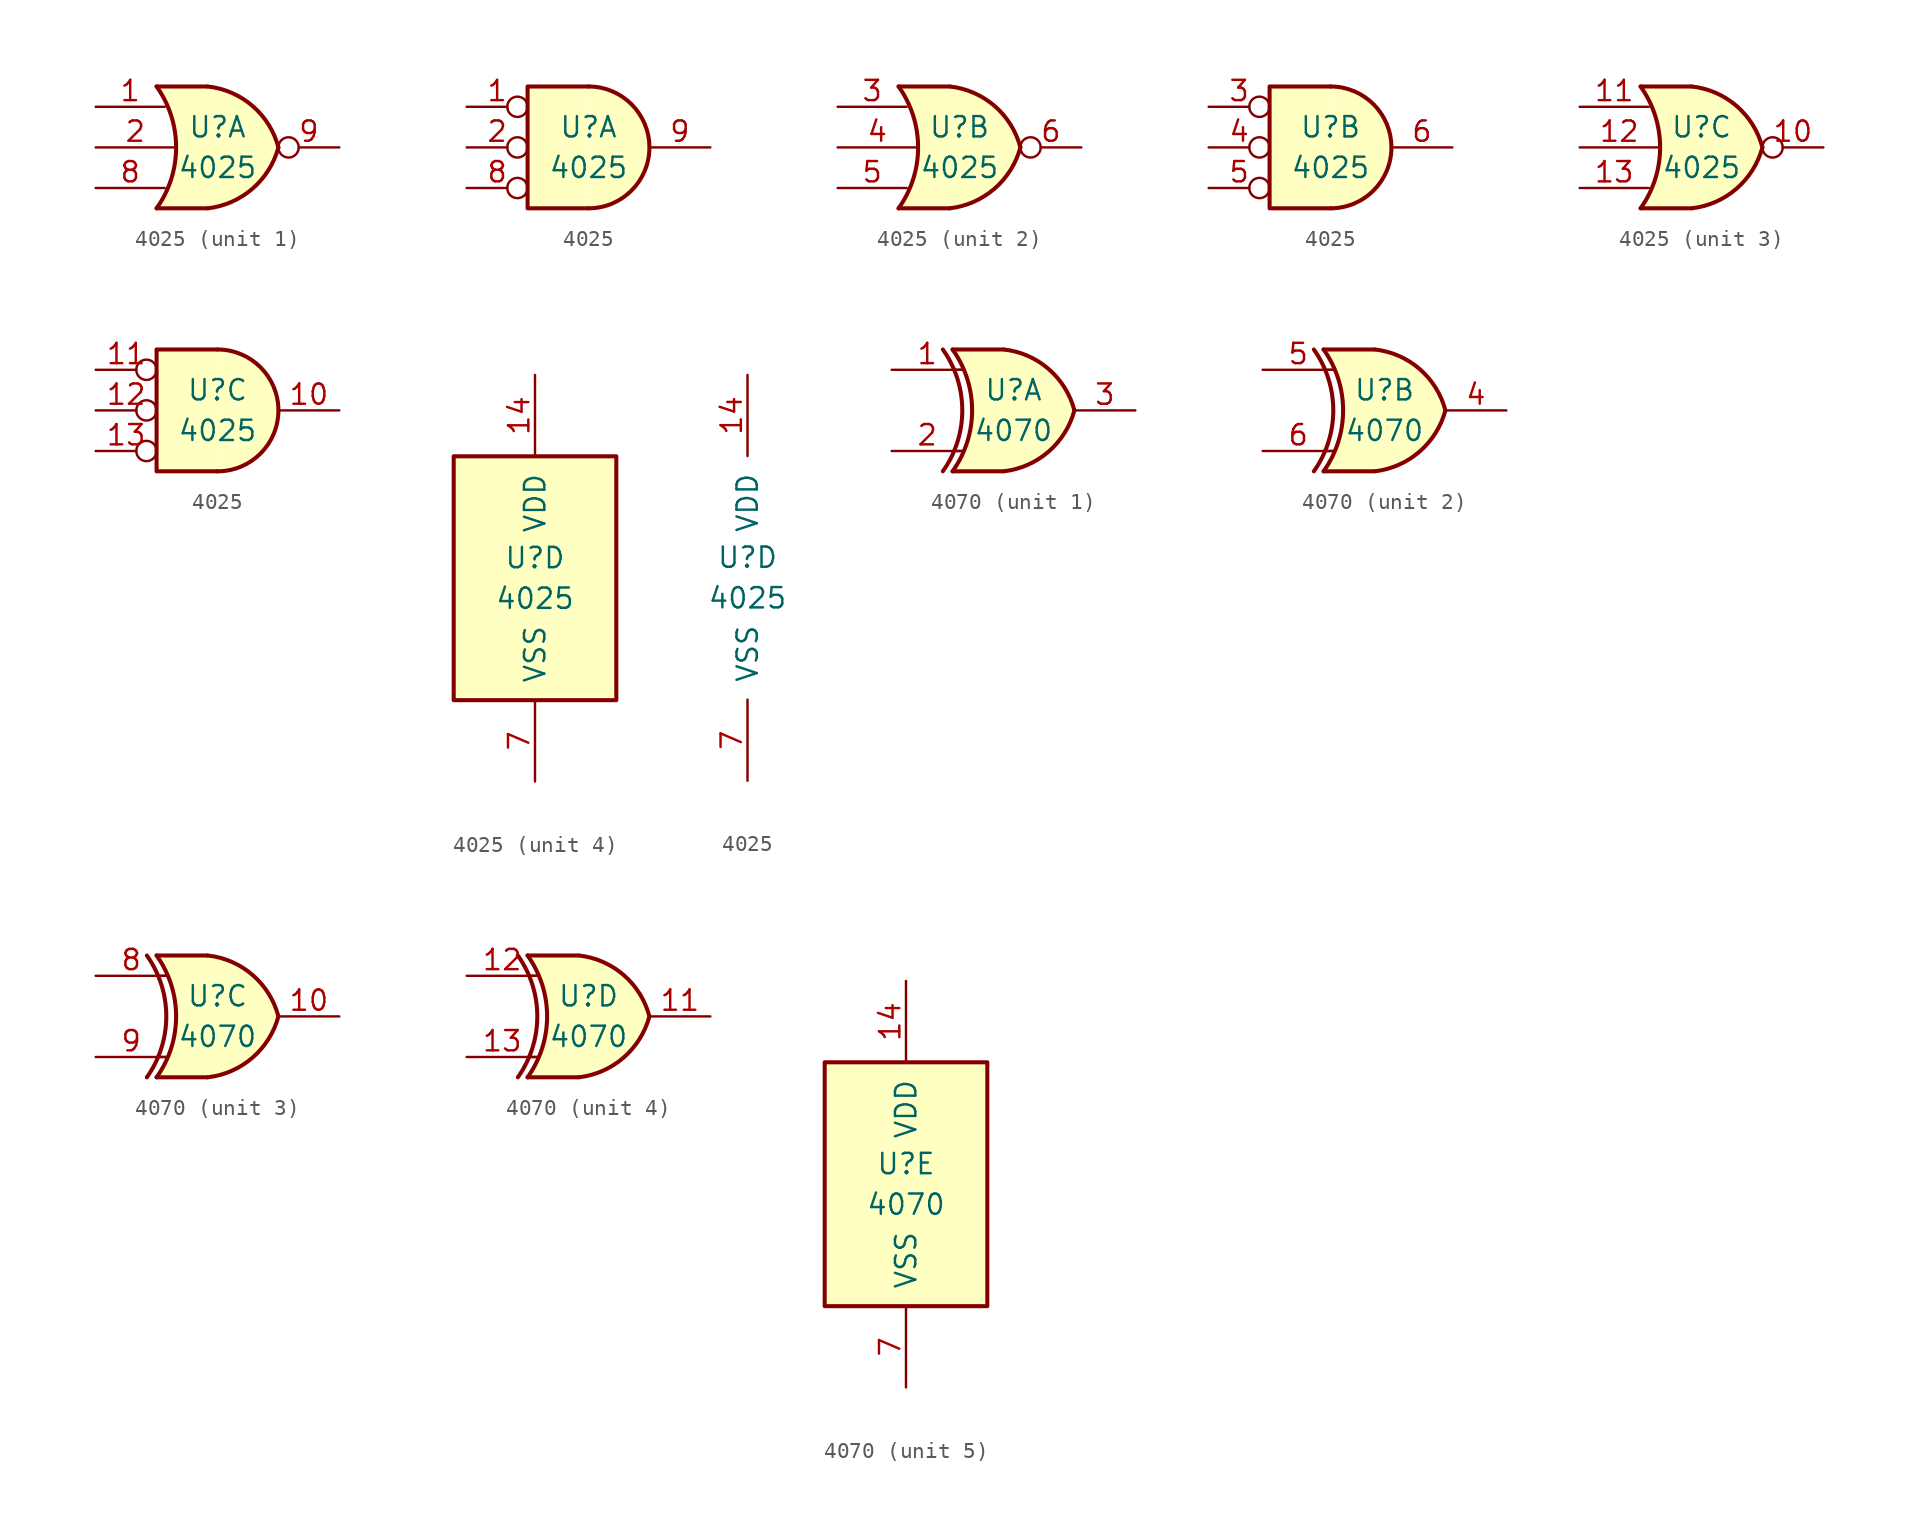
<source format=kicad_sym>
(kicad_symbol_lib
  (version 20211014)
  (generator kicad_symbol_editor)
  (symbol "4025"
    (pin_names
      (offset 1.016))
    (property "Reference" "U"
      (at 0 1.27 0)
      (effects (font (size 1.27 1.27))))
    (property "Value" "4025"
      (at 0 -1.27 0)
      (effects (font (size 1.27 1.27))))
    (property "ki_locked" ""
      (at 0 0 0)
      (effects (font (size 1.27 1.27))))
    (symbol "4025_1_1"
      (arc (start -3.81 -3.81) (mid -2.589 0) (end -3.81 3.81) (stroke (width 0.254) (type default) (color 0 0 0 0)) (fill (type none)))
      (arc (start -0.6096 -3.81) (mid 2.1855 -2.584) (end 3.81 0) (stroke (width 0.254) (type default) (color 0 0 0 0)) (fill (type background)))
      (polyline (pts (xy -3.81 -3.81) (xy -0.635 -3.81)) (stroke (width 0.254) (type default) (color 0 0 0 0)) (fill (type background)))
      (polyline (pts (xy -3.81 3.81) (xy -0.635 3.81)) (stroke (width 0.254) (type default) (color 0 0 0 0)) (fill (type background)))
      (polyline (pts (xy -0.635 3.81) (xy -3.81 3.81) (xy -3.81 3.81) (xy -3.556 3.404) (xy -3.023 2.261) (xy -2.692 1.041) (xy -2.616 -0.254) (xy -2.769 -1.499) (xy -3.175 -2.718) (xy -3.81 -3.81) (xy -3.81 -3.81) (xy -0.635 -3.81)) (stroke (width -25.4) (type default) (color 0 0 0 0)) (fill (type background)))
      (arc (start 3.81 0) (mid 2.1928 2.5925) (end -0.6096 3.81) (stroke (width 0.254) (type default) (color 0 0 0 0)) (fill (type background)))
      (pin input line (at -7.62 2.54 0) (length 4.318) (name "~" (effects (font (size 1.27 1.27)))) (number "1" (effects (font (size 1.27 1.27)))))
      (pin input line (at -7.62 0 0) (length 4.953) (name "~" (effects (font (size 1.27 1.27)))) (number "2" (effects (font (size 1.27 1.27)))))
      (pin input line (at -7.62 -2.54 0) (length 4.318) (name "~" (effects (font (size 1.27 1.27)))) (number "8" (effects (font (size 1.27 1.27)))))
      (pin output inverted (at 7.62 0 180) (length 3.81) (name "~" (effects (font (size 1.27 1.27)))) (number "9" (effects (font (size 1.27 1.27))))))
    (symbol "4025_1_2"
      (arc (start 0 -3.81) (mid 3.81 0) (end 0 3.81) (stroke (width 0.254) (type default) (color 0 0 0 0)) (fill (type background)))
      (polyline (pts (xy 0 3.81) (xy -3.81 3.81) (xy -3.81 -3.81) (xy 0 -3.81)) (stroke (width 0.254) (type default) (color 0 0 0 0)) (fill (type background)))
      (pin input inverted (at -7.62 2.54 0) (length 3.81) (name "~" (effects (font (size 1.27 1.27)))) (number "1" (effects (font (size 1.27 1.27)))))
      (pin input inverted (at -7.62 0 0) (length 3.81) (name "~" (effects (font (size 1.27 1.27)))) (number "2" (effects (font (size 1.27 1.27)))))
      (pin input inverted (at -7.62 -2.54 0) (length 3.81) (name "~" (effects (font (size 1.27 1.27)))) (number "8" (effects (font (size 1.27 1.27)))))
      (pin output line (at 7.62 0 180) (length 3.81) (name "~" (effects (font (size 1.27 1.27)))) (number "9" (effects (font (size 1.27 1.27))))))
    (symbol "4025_2_1"
      (arc (start -3.81 -3.81) (mid -2.589 0) (end -3.81 3.81) (stroke (width 0.254) (type default) (color 0 0 0 0)) (fill (type none)))
      (arc (start -0.6096 -3.81) (mid 2.1855 -2.584) (end 3.81 0) (stroke (width 0.254) (type default) (color 0 0 0 0)) (fill (type background)))
      (polyline (pts (xy -3.81 -3.81) (xy -0.635 -3.81)) (stroke (width 0.254) (type default) (color 0 0 0 0)) (fill (type background)))
      (polyline (pts (xy -3.81 3.81) (xy -0.635 3.81)) (stroke (width 0.254) (type default) (color 0 0 0 0)) (fill (type background)))
      (polyline (pts (xy -0.635 3.81) (xy -3.81 3.81) (xy -3.81 3.81) (xy -3.556 3.404) (xy -3.023 2.261) (xy -2.692 1.041) (xy -2.616 -0.254) (xy -2.769 -1.499) (xy -3.175 -2.718) (xy -3.81 -3.81) (xy -3.81 -3.81) (xy -0.635 -3.81)) (stroke (width -25.4) (type default) (color 0 0 0 0)) (fill (type background)))
      (arc (start 3.81 0) (mid 2.1928 2.5925) (end -0.6096 3.81) (stroke (width 0.254) (type default) (color 0 0 0 0)) (fill (type background)))
      (pin input line (at -7.62 2.54 0) (length 4.318) (name "~" (effects (font (size 1.27 1.27)))) (number "3" (effects (font (size 1.27 1.27)))))
      (pin input line (at -7.62 0 0) (length 4.953) (name "~" (effects (font (size 1.27 1.27)))) (number "4" (effects (font (size 1.27 1.27)))))
      (pin input line (at -7.62 -2.54 0) (length 4.318) (name "~" (effects (font (size 1.27 1.27)))) (number "5" (effects (font (size 1.27 1.27)))))
      (pin output inverted (at 7.62 0 180) (length 3.81) (name "~" (effects (font (size 1.27 1.27)))) (number "6" (effects (font (size 1.27 1.27))))))
    (symbol "4025_2_2"
      (arc (start 0 -3.81) (mid 3.81 0) (end 0 3.81) (stroke (width 0.254) (type default) (color 0 0 0 0)) (fill (type background)))
      (polyline (pts (xy 0 3.81) (xy -3.81 3.81) (xy -3.81 -3.81) (xy 0 -3.81)) (stroke (width 0.254) (type default) (color 0 0 0 0)) (fill (type background)))
      (pin input inverted (at -7.62 2.54 0) (length 3.81) (name "~" (effects (font (size 1.27 1.27)))) (number "3" (effects (font (size 1.27 1.27)))))
      (pin input inverted (at -7.62 0 0) (length 3.81) (name "~" (effects (font (size 1.27 1.27)))) (number "4" (effects (font (size 1.27 1.27)))))
      (pin input inverted (at -7.62 -2.54 0) (length 3.81) (name "~" (effects (font (size 1.27 1.27)))) (number "5" (effects (font (size 1.27 1.27)))))
      (pin output line (at 7.62 0 180) (length 3.81) (name "~" (effects (font (size 1.27 1.27)))) (number "6" (effects (font (size 1.27 1.27))))))
    (symbol "4025_3_1"
      (arc (start -3.81 -3.81) (mid -2.589 0) (end -3.81 3.81) (stroke (width 0.254) (type default) (color 0 0 0 0)) (fill (type none)))
      (arc (start -0.6096 -3.81) (mid 2.1855 -2.584) (end 3.81 0) (stroke (width 0.254) (type default) (color 0 0 0 0)) (fill (type background)))
      (polyline (pts (xy -3.81 -3.81) (xy -0.635 -3.81)) (stroke (width 0.254) (type default) (color 0 0 0 0)) (fill (type background)))
      (polyline (pts (xy -3.81 3.81) (xy -0.635 3.81)) (stroke (width 0.254) (type default) (color 0 0 0 0)) (fill (type background)))
      (polyline (pts (xy -0.635 3.81) (xy -3.81 3.81) (xy -3.81 3.81) (xy -3.556 3.404) (xy -3.023 2.261) (xy -2.692 1.041) (xy -2.616 -0.254) (xy -2.769 -1.499) (xy -3.175 -2.718) (xy -3.81 -3.81) (xy -3.81 -3.81) (xy -0.635 -3.81)) (stroke (width -25.4) (type default) (color 0 0 0 0)) (fill (type background)))
      (arc (start 3.81 0) (mid 2.1928 2.5925) (end -0.6096 3.81) (stroke (width 0.254) (type default) (color 0 0 0 0)) (fill (type background)))
      (pin output inverted (at 7.62 0 180) (length 3.81) (name "~" (effects (font (size 1.27 1.27)))) (number "10" (effects (font (size 1.27 1.27)))))
      (pin input line (at -7.62 2.54 0) (length 4.318) (name "~" (effects (font (size 1.27 1.27)))) (number "11" (effects (font (size 1.27 1.27)))))
      (pin input line (at -7.62 0 0) (length 4.953) (name "~" (effects (font (size 1.27 1.27)))) (number "12" (effects (font (size 1.27 1.27)))))
      (pin input line (at -7.62 -2.54 0) (length 4.318) (name "~" (effects (font (size 1.27 1.27)))) (number "13" (effects (font (size 1.27 1.27))))))
    (symbol "4025_3_2"
      (arc (start 0 -3.81) (mid 3.81 0) (end 0 3.81) (stroke (width 0.254) (type default) (color 0 0 0 0)) (fill (type background)))
      (polyline (pts (xy 0 3.81) (xy -3.81 3.81) (xy -3.81 -3.81) (xy 0 -3.81)) (stroke (width 0.254) (type default) (color 0 0 0 0)) (fill (type background)))
      (pin output line (at 7.62 0 180) (length 3.81) (name "~" (effects (font (size 1.27 1.27)))) (number "10" (effects (font (size 1.27 1.27)))))
      (pin input inverted (at -7.62 2.54 0) (length 3.81) (name "~" (effects (font (size 1.27 1.27)))) (number "11" (effects (font (size 1.27 1.27)))))
      (pin input inverted (at -7.62 0 0) (length 3.81) (name "~" (effects (font (size 1.27 1.27)))) (number "12" (effects (font (size 1.27 1.27)))))
      (pin input inverted (at -7.62 -2.54 0) (length 3.81) (name "~" (effects (font (size 1.27 1.27)))) (number "13" (effects (font (size 1.27 1.27))))))
    (symbol "4025_4_0"
      (pin power_in line (at 0 12.7 270) (length 5.08) (name "VDD" (effects (font (size 1.27 1.27)))) (number "14" (effects (font (size 1.27 1.27)))))
      (pin power_in line (at 0 -12.7 90) (length 5.08) (name "VSS" (effects (font (size 1.27 1.27)))) (number "7" (effects (font (size 1.27 1.27))))))
    (symbol "4025_4_1"
      (rectangle (start -5.08 7.62) (end 5.08 -7.62) (stroke (width 0.254) (type default) (color 0 0 0 0)) (fill (type background)))))
  (symbol "4070"
    (pin_names
      (offset 1.016))
    (property "Reference" "U"
      (at 0 1.27 0)
      (effects (font (size 1.27 1.27))))
    (property "Value" "4070"
      (at 0 -1.27 0)
      (effects (font (size 1.27 1.27))))
    (property "ki_locked" ""
      (at 0 0 0)
      (effects (font (size 1.27 1.27))))
    (symbol "4070_1_0"
      (arc (start -4.4196 -3.81) (mid -3.2033 0) (end -4.4196 3.81) (stroke (width 0.254) (type default) (color 0 0 0 0)) (fill (type none)))
      (arc (start -3.81 -3.81) (mid -2.589 0) (end -3.81 3.81) (stroke (width 0.254) (type default) (color 0 0 0 0)) (fill (type none)))
      (arc (start -0.6096 -3.81) (mid 2.1855 -2.584) (end 3.81 0) (stroke (width 0.254) (type default) (color 0 0 0 0)) (fill (type background)))
      (polyline (pts (xy -3.81 -3.81) (xy -0.635 -3.81)) (stroke (width 0.254) (type default) (color 0 0 0 0)) (fill (type background)))
      (polyline (pts (xy -3.81 3.81) (xy -0.635 3.81)) (stroke (width 0.254) (type default) (color 0 0 0 0)) (fill (type background)))
      (polyline (pts (xy -0.635 3.81) (xy -3.81 3.81) (xy -3.81 3.81) (xy -3.556 3.404) (xy -3.023 2.261) (xy -2.692 1.041) (xy -2.616 -0.254) (xy -2.769 -1.499) (xy -3.175 -2.718) (xy -3.81 -3.81) (xy -3.81 -3.81) (xy -0.635 -3.81)) (stroke (width -25.4) (type default) (color 0 0 0 0)) (fill (type background)))
      (arc (start 3.81 0) (mid 2.1928 2.5925) (end -0.6096 3.81) (stroke (width 0.254) (type default) (color 0 0 0 0)) (fill (type background)))
      (pin input line (at -7.62 2.54 0) (length 4.445) (name "~" (effects (font (size 1.27 1.27)))) (number "1" (effects (font (size 1.27 1.27)))))
      (pin input line (at -7.62 -2.54 0) (length 4.445) (name "~" (effects (font (size 1.27 1.27)))) (number "2" (effects (font (size 1.27 1.27)))))
      (pin output line (at 7.62 0 180) (length 3.81) (name "~" (effects (font (size 1.27 1.27)))) (number "3" (effects (font (size 1.27 1.27))))))
    (symbol "4070_1_1"
      (polyline (pts (xy -3.81 -2.54) (xy -3.175 -2.54)) (stroke (width 0.152) (type default) (color 0 0 0 0)) (fill (type none)))
      (polyline (pts (xy -3.81 2.54) (xy -3.175 2.54)) (stroke (width 0.152) (type default) (color 0 0 0 0)) (fill (type none))))
    (symbol "4070_2_0"
      (arc (start -4.4196 -3.81) (mid -3.2033 0) (end -4.4196 3.81) (stroke (width 0.254) (type default) (color 0 0 0 0)) (fill (type none)))
      (arc (start -3.81 -3.81) (mid -2.589 0) (end -3.81 3.81) (stroke (width 0.254) (type default) (color 0 0 0 0)) (fill (type none)))
      (arc (start -0.6096 -3.81) (mid 2.1855 -2.584) (end 3.81 0) (stroke (width 0.254) (type default) (color 0 0 0 0)) (fill (type background)))
      (polyline (pts (xy -3.81 -3.81) (xy -0.635 -3.81)) (stroke (width 0.254) (type default) (color 0 0 0 0)) (fill (type background)))
      (polyline (pts (xy -3.81 3.81) (xy -0.635 3.81)) (stroke (width 0.254) (type default) (color 0 0 0 0)) (fill (type background)))
      (polyline (pts (xy -0.635 3.81) (xy -3.81 3.81) (xy -3.81 3.81) (xy -3.556 3.404) (xy -3.023 2.261) (xy -2.692 1.041) (xy -2.616 -0.254) (xy -2.769 -1.499) (xy -3.175 -2.718) (xy -3.81 -3.81) (xy -3.81 -3.81) (xy -0.635 -3.81)) (stroke (width -25.4) (type default) (color 0 0 0 0)) (fill (type background)))
      (arc (start 3.81 0) (mid 2.1928 2.5925) (end -0.6096 3.81) (stroke (width 0.254) (type default) (color 0 0 0 0)) (fill (type background)))
      (pin output line (at 7.62 0 180) (length 3.81) (name "~" (effects (font (size 1.27 1.27)))) (number "4" (effects (font (size 1.27 1.27)))))
      (pin input line (at -7.62 2.54 0) (length 4.445) (name "~" (effects (font (size 1.27 1.27)))) (number "5" (effects (font (size 1.27 1.27)))))
      (pin input line (at -7.62 -2.54 0) (length 4.445) (name "~" (effects (font (size 1.27 1.27)))) (number "6" (effects (font (size 1.27 1.27))))))
    (symbol "4070_2_1"
      (polyline (pts (xy -3.81 -2.54) (xy -3.175 -2.54)) (stroke (width 0.152) (type default) (color 0 0 0 0)) (fill (type none)))
      (polyline (pts (xy -3.81 2.54) (xy -3.175 2.54)) (stroke (width 0.152) (type default) (color 0 0 0 0)) (fill (type none))))
    (symbol "4070_3_0"
      (arc (start -4.4196 -3.81) (mid -3.2033 0) (end -4.4196 3.81) (stroke (width 0.254) (type default) (color 0 0 0 0)) (fill (type none)))
      (arc (start -3.81 -3.81) (mid -2.589 0) (end -3.81 3.81) (stroke (width 0.254) (type default) (color 0 0 0 0)) (fill (type none)))
      (arc (start -0.6096 -3.81) (mid 2.1855 -2.584) (end 3.81 0) (stroke (width 0.254) (type default) (color 0 0 0 0)) (fill (type background)))
      (polyline (pts (xy -3.81 -3.81) (xy -0.635 -3.81)) (stroke (width 0.254) (type default) (color 0 0 0 0)) (fill (type background)))
      (polyline (pts (xy -3.81 3.81) (xy -0.635 3.81)) (stroke (width 0.254) (type default) (color 0 0 0 0)) (fill (type background)))
      (polyline (pts (xy -0.635 3.81) (xy -3.81 3.81) (xy -3.81 3.81) (xy -3.556 3.404) (xy -3.023 2.261) (xy -2.692 1.041) (xy -2.616 -0.254) (xy -2.769 -1.499) (xy -3.175 -2.718) (xy -3.81 -3.81) (xy -3.81 -3.81) (xy -0.635 -3.81)) (stroke (width -25.4) (type default) (color 0 0 0 0)) (fill (type background)))
      (arc (start 3.81 0) (mid 2.1928 2.5925) (end -0.6096 3.81) (stroke (width 0.254) (type default) (color 0 0 0 0)) (fill (type background)))
      (pin output line (at 7.62 0 180) (length 3.81) (name "~" (effects (font (size 1.27 1.27)))) (number "10" (effects (font (size 1.27 1.27)))))
      (pin input line (at -7.62 2.54 0) (length 4.445) (name "~" (effects (font (size 1.27 1.27)))) (number "8" (effects (font (size 1.27 1.27)))))
      (pin input line (at -7.62 -2.54 0) (length 4.445) (name "~" (effects (font (size 1.27 1.27)))) (number "9" (effects (font (size 1.27 1.27))))))
    (symbol "4070_3_1"
      (polyline (pts (xy -3.81 -2.54) (xy -3.175 -2.54)) (stroke (width 0.152) (type default) (color 0 0 0 0)) (fill (type none)))
      (polyline (pts (xy -3.81 2.54) (xy -3.175 2.54)) (stroke (width 0.152) (type default) (color 0 0 0 0)) (fill (type none))))
    (symbol "4070_4_0"
      (arc (start -4.4196 -3.81) (mid -3.2033 0) (end -4.4196 3.81) (stroke (width 0.254) (type default) (color 0 0 0 0)) (fill (type none)))
      (arc (start -3.81 -3.81) (mid -2.589 0) (end -3.81 3.81) (stroke (width 0.254) (type default) (color 0 0 0 0)) (fill (type none)))
      (arc (start -0.6096 -3.81) (mid 2.1855 -2.584) (end 3.81 0) (stroke (width 0.254) (type default) (color 0 0 0 0)) (fill (type background)))
      (polyline (pts (xy -3.81 -3.81) (xy -0.635 -3.81)) (stroke (width 0.254) (type default) (color 0 0 0 0)) (fill (type background)))
      (polyline (pts (xy -3.81 3.81) (xy -0.635 3.81)) (stroke (width 0.254) (type default) (color 0 0 0 0)) (fill (type background)))
      (polyline (pts (xy -0.635 3.81) (xy -3.81 3.81) (xy -3.81 3.81) (xy -3.556 3.404) (xy -3.023 2.261) (xy -2.692 1.041) (xy -2.616 -0.254) (xy -2.769 -1.499) (xy -3.175 -2.718) (xy -3.81 -3.81) (xy -3.81 -3.81) (xy -0.635 -3.81)) (stroke (width -25.4) (type default) (color 0 0 0 0)) (fill (type background)))
      (arc (start 3.81 0) (mid 2.1928 2.5925) (end -0.6096 3.81) (stroke (width 0.254) (type default) (color 0 0 0 0)) (fill (type background)))
      (pin output line (at 7.62 0 180) (length 3.81) (name "~" (effects (font (size 1.27 1.27)))) (number "11" (effects (font (size 1.27 1.27)))))
      (pin input line (at -7.62 2.54 0) (length 4.445) (name "~" (effects (font (size 1.27 1.27)))) (number "12" (effects (font (size 1.27 1.27)))))
      (pin input line (at -7.62 -2.54 0) (length 4.445) (name "~" (effects (font (size 1.27 1.27)))) (number "13" (effects (font (size 1.27 1.27))))))
    (symbol "4070_4_1"
      (polyline (pts (xy -3.81 -2.54) (xy -3.175 -2.54)) (stroke (width 0.152) (type default) (color 0 0 0 0)) (fill (type none)))
      (polyline (pts (xy -3.81 2.54) (xy -3.175 2.54)) (stroke (width 0.152) (type default) (color 0 0 0 0)) (fill (type none))))
    (symbol "4070_5_0"
      (pin power_in line (at 0 12.7 270) (length 5.08) (name "VDD" (effects (font (size 1.27 1.27)))) (number "14" (effects (font (size 1.27 1.27)))))
      (pin power_in line (at 0 -12.7 90) (length 5.08) (name "VSS" (effects (font (size 1.27 1.27)))) (number "7" (effects (font (size 1.27 1.27))))))
    (symbol "4070_5_1"
      (rectangle (start -5.08 7.62) (end 5.08 -7.62) (stroke (width 0.254) (type default) (color 0 0 0 0)) (fill (type background))))))
</source>
